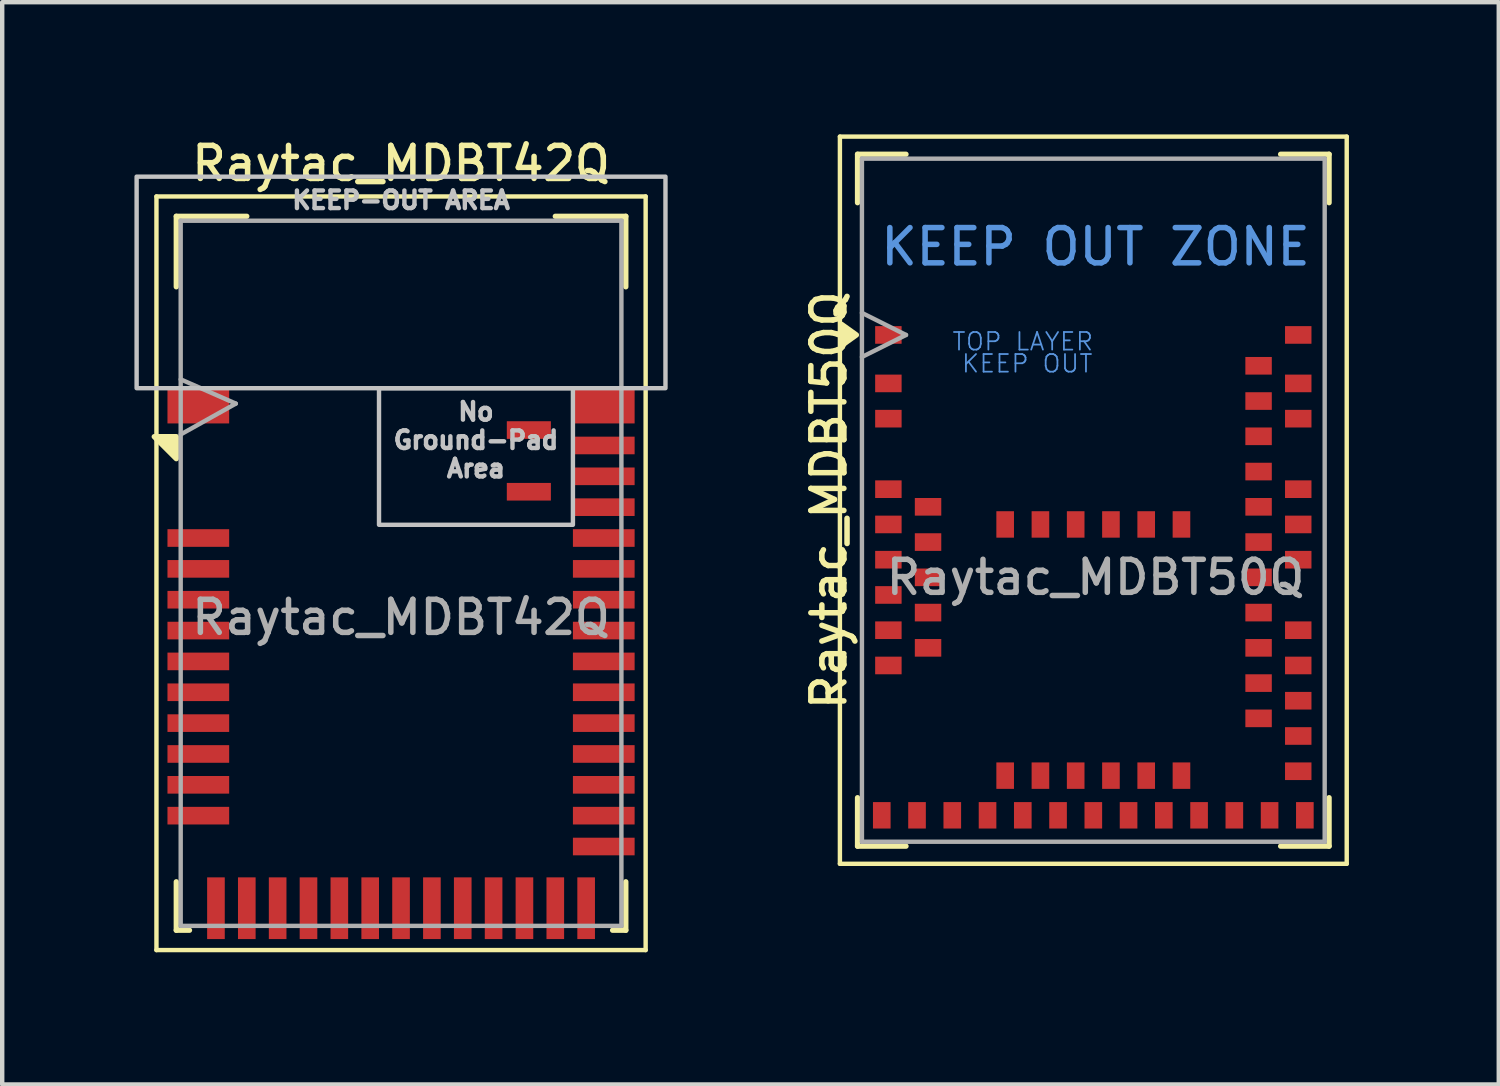
<source format=kicad_pcb>
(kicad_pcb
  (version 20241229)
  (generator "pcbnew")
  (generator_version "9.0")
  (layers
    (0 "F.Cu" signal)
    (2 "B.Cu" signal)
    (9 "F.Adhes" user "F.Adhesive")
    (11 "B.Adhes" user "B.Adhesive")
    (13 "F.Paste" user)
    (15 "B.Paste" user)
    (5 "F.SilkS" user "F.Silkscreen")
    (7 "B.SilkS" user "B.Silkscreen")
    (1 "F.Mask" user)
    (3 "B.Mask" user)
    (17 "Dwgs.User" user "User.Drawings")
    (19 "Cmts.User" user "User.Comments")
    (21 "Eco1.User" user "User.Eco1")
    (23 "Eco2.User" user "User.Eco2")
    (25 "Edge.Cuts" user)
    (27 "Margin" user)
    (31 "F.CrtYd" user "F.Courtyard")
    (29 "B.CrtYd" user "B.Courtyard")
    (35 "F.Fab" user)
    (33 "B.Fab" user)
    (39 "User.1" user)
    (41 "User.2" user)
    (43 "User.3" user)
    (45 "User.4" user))
  (footprint "Raytac_MDBT50Q"
    (layer "F.Cu")
    (at 21.758 8.3)
    (property "Reference" "Raytac_MDBT50Q" (at -6 0 270) (layer "F.SilkS") (effects (font (size 0.75 0.75) (thickness 0.125))))
    (attr smd)
    (fp_line (start -5.75 -8.25) (end -5.75 8.25) (stroke (width 0.1) (type solid)) (layer "F.SilkS"))
    (fp_line (start -5.75 -8.25) (end 5.75 -8.25) (stroke (width 0.1) (type solid)) (layer "F.SilkS"))
    (fp_line (start -5.75 8.25) (end 5.75 8.25) (stroke (width 0.1) (type solid)) (layer "F.SilkS"))
    (fp_line (start -5.35 -7.85) (end -5.35 -6.75) (stroke (width 0.12) (type solid)) (layer "F.SilkS"))
    (fp_line (start -5.35 6.75) (end -5.35 7.85) (stroke (width 0.12) (type solid)) (layer "F.SilkS"))
    (fp_line (start -5.35 7.85) (end -4.25 7.85) (stroke (width 0.12) (type solid)) (layer "F.SilkS"))
    (fp_line (start -4.25 -7.85) (end -5.35 -7.85) (stroke (width 0.12) (type solid)) (layer "F.SilkS"))
    (fp_line (start 4.25 -7.85) (end 5.35 -7.85) (stroke (width 0.12) (type solid)) (layer "F.SilkS"))
    (fp_line (start 5.35 -7.85) (end 5.35 -6.75) (stroke (width 0.12) (type solid)) (layer "F.SilkS"))
    (fp_line (start 5.35 6.75) (end 5.35 7.85) (stroke (width 0.12) (type solid)) (layer "F.SilkS"))
    (fp_line (start 5.35 7.85) (end 4.25 7.85) (stroke (width 0.12) (type solid)) (layer "F.SilkS"))
    (fp_line (start 5.75 -8.25) (end 5.75 8.25) (stroke (width 0.1) (type solid)) (layer "F.SilkS"))
    (fp_poly (pts (xy -5.375 -3.75) (xy -5.711 -3.51) (xy -5.711 -3.99) (xy -5.375 -3.75)) (stroke (width 0.12) (type solid)) (fill yes) (layer "F.SilkS"))
    (fp_line (start -5.25 -7.75) (end 5.25 -7.75) (stroke (width 0.1) (type solid)) (layer "F.Fab"))
    (fp_line (start -5.25 7.75) (end -5.25 -7.75) (stroke (width 0.1) (type solid)) (layer "F.Fab"))
    (fp_line (start -4.25 -3.75) (end -5.25 -4.25) (stroke (width 0.1) (type solid)) (layer "F.Fab"))
    (fp_line (start -4.25 -3.75) (end -5.25 -3.25) (stroke (width 0.1) (type solid)) (layer "F.Fab"))
    (fp_line (start 5.25 -7.75) (end 5.25 7.75) (stroke (width 0.1) (type solid)) (layer "F.Fab"))
    (fp_line (start 5.25 7.75) (end -5.25 7.75) (stroke (width 0.1) (type solid)) (layer "F.Fab"))
    (fp_text user "KEEP OUT" (at -1.5 -3.1 0) (layer "Cmts.User") (effects (font (size 0.4 0.4) (thickness 0.04))))
    (fp_text user "KEEP OUT ZONE" (at 0.05 -5.75 0) (layer "Cmts.User") (effects (font (size 0.8 0.8) (thickness 0.125))))
    (fp_text user "TOP LAYER" (at -1.6 -3.6 0) (layer "Cmts.User") (effects (font (size 0.4 0.4) (thickness 0.04))))
    (fp_text user "${REFERENCE}" (at 0.05 1.75 0) (layer "F.Fab") (effects (font (size 0.75 0.75) (thickness 0.125))))
    (pad "1" smd rect (at -4.65 -3.75) (size 0.6 0.4) (layers "F.Cu" "F.Mask" "F.Paste"))
    (pad "2" smd rect (at -4.65 -2.65) (size 0.6 0.4) (layers "F.Cu" "F.Mask" "F.Paste"))
    (pad "3" smd rect (at -4.65 -1.85) (size 0.6 0.4) (layers "F.Cu" "F.Mask" "F.Paste"))
    (pad "4" smd rect (at -4.65 -0.25) (size 0.6 0.4) (layers "F.Cu" "F.Mask" "F.Paste"))
    (pad "5" smd rect (at -3.75 0.15) (size 0.6 0.4) (layers "F.Cu" "F.Mask" "F.Paste"))
    (pad "6" smd rect (at -4.65 0.55) (size 0.6 0.4) (layers "F.Cu" "F.Mask" "F.Paste"))
    (pad "7" smd rect (at -3.75 0.95) (size 0.6 0.4) (layers "F.Cu" "F.Mask" "F.Paste"))
    (pad "8" smd rect (at -4.65 1.35) (size 0.6 0.4) (layers "F.Cu" "F.Mask" "F.Paste"))
    (pad "9" smd rect (at -3.75 1.75) (size 0.6 0.4) (layers "F.Cu" "F.Mask" "F.Paste"))
    (pad "10" smd rect (at -4.65 2.15) (size 0.6 0.4) (layers "F.Cu" "F.Mask" "F.Paste"))
    (pad "11" smd rect (at -3.75 2.55) (size 0.6 0.4) (layers "F.Cu" "F.Mask" "F.Paste"))
    (pad "12" smd rect (at -4.65 2.95) (size 0.6 0.4) (layers "F.Cu" "F.Mask" "F.Paste"))
    (pad "13" smd rect (at -3.75 3.35) (size 0.6 0.4) (layers "F.Cu" "F.Mask" "F.Paste"))
    (pad "14" smd rect (at -4.65 3.75) (size 0.6 0.4) (layers "F.Cu" "F.Mask" "F.Paste"))
    (pad "15" smd rect (at -4.8 7.15 90) (size 0.6 0.4) (layers "F.Cu" "F.Mask" "F.Paste"))
    (pad "16" smd rect (at -4 7.15 90) (size 0.6 0.4) (layers "F.Cu" "F.Mask" "F.Paste"))
    (pad "17" smd rect (at -3.2 7.15 90) (size 0.6 0.4) (layers "F.Cu" "F.Mask" "F.Paste"))
    (pad "18" smd rect (at -2.4 7.15 90) (size 0.6 0.4) (layers "F.Cu" "F.Mask" "F.Paste"))
    (pad "19" smd rect (at -2 6.25 90) (size 0.6 0.4) (layers "F.Cu" "F.Mask" "F.Paste"))
    (pad "20" smd rect (at -1.6 7.15 90) (size 0.6 0.4) (layers "F.Cu" "F.Mask" "F.Paste"))
    (pad "21" smd rect (at -1.2 6.25 90) (size 0.6 0.4) (layers "F.Cu" "F.Mask" "F.Paste"))
    (pad "22" smd rect (at -0.8 7.15 90) (size 0.6 0.4) (layers "F.Cu" "F.Mask" "F.Paste"))
    (pad "23" smd rect (at -0.4 6.25 90) (size 0.6 0.4) (layers "F.Cu" "F.Mask" "F.Paste"))
    (pad "24" smd rect (at 0 7.15 90) (size 0.6 0.4) (layers "F.Cu" "F.Mask" "F.Paste"))
    (pad "25" smd rect (at 0.4 6.25 90) (size 0.6 0.4) (layers "F.Cu" "F.Mask" "F.Paste"))
    (pad "26" smd rect (at 0.8 7.15 90) (size 0.6 0.4) (layers "F.Cu" "F.Mask" "F.Paste"))
    (pad "27" smd rect (at 1.2 6.25 90) (size 0.6 0.4) (layers "F.Cu" "F.Mask" "F.Paste"))
    (pad "28" smd rect (at 1.6 7.15 90) (size 0.6 0.4) (layers "F.Cu" "F.Mask" "F.Paste"))
    (pad "29" smd rect (at 2 6.25 90) (size 0.6 0.4) (layers "F.Cu" "F.Mask" "F.Paste"))
    (pad "30" smd rect (at 2.4 7.15 90) (size 0.6 0.4) (layers "F.Cu" "F.Mask" "F.Paste"))
    (pad "31" smd rect (at 3.2 7.15 90) (size 0.6 0.4) (layers "F.Cu" "F.Mask" "F.Paste"))
    (pad "32" smd rect (at 4 7.15 90) (size 0.6 0.4) (layers "F.Cu" "F.Mask" "F.Paste"))
    (pad "33" smd rect (at 4.8 7.15 90) (size 0.6 0.4) (layers "F.Cu" "F.Mask" "F.Paste"))
    (pad "34" smd rect (at 4.65 6.15) (size 0.6 0.4) (layers "F.Cu" "F.Mask" "F.Paste"))
    (pad "35" smd rect (at 4.65 5.35) (size 0.6 0.4) (layers "F.Cu" "F.Mask" "F.Paste"))
    (pad "36" smd rect (at 3.75 4.95) (size 0.6 0.4) (layers "F.Cu" "F.Mask" "F.Paste"))
    (pad "37" smd rect (at 4.65 4.55) (size 0.6 0.4) (layers "F.Cu" "F.Mask" "F.Paste"))
    (pad "38" smd rect (at 3.75 4.15) (size 0.6 0.4) (layers "F.Cu" "F.Mask" "F.Paste"))
    (pad "39" smd rect (at 4.65 3.75) (size 0.6 0.4) (layers "F.Cu" "F.Mask" "F.Paste"))
    (pad "40" smd rect (at 3.75 3.35) (size 0.6 0.4) (layers "F.Cu" "F.Mask" "F.Paste"))
    (pad "41" smd rect (at 4.65 2.95) (size 0.6 0.4) (layers "F.Cu" "F.Mask" "F.Paste"))
    (pad "42" smd rect (at 3.75 2.55) (size 0.6 0.4) (layers "F.Cu" "F.Mask" "F.Paste"))
    (pad "43" smd rect (at 3.75 1.75) (size 0.6 0.4) (layers "F.Cu" "F.Mask" "F.Paste"))
    (pad "44" smd rect (at 4.65 1.35) (size 0.6 0.4) (layers "F.Cu" "F.Mask" "F.Paste"))
    (pad "45" smd rect (at 3.75 0.95) (size 0.6 0.4) (layers "F.Cu" "F.Mask" "F.Paste"))
    (pad "46" smd rect (at 4.65 0.55) (size 0.6 0.4) (layers "F.Cu" "F.Mask" "F.Paste"))
    (pad "47" smd rect (at 3.75 0.15) (size 0.6 0.4) (layers "F.Cu" "F.Mask" "F.Paste"))
    (pad "48" smd rect (at 4.65 -0.25) (size 0.6 0.4) (layers "F.Cu" "F.Mask" "F.Paste"))
    (pad "49" smd rect (at 3.75 -0.65) (size 0.6 0.4) (layers "F.Cu" "F.Mask" "F.Paste"))
    (pad "50" smd rect (at 3.75 -1.45) (size 0.6 0.4) (layers "F.Cu" "F.Mask" "F.Paste"))
    (pad "51" smd rect (at 4.65 -1.85) (size 0.6 0.4) (layers "F.Cu" "F.Mask" "F.Paste"))
    (pad "52" smd rect (at 3.75 -2.25) (size 0.6 0.4) (layers "F.Cu" "F.Mask" "F.Paste"))
    (pad "53" smd rect (at 4.65 -2.65) (size 0.6 0.4) (layers "F.Cu" "F.Mask" "F.Paste"))
    (pad "54" smd rect (at 3.75 -3.05) (size 0.6 0.4) (layers "F.Cu" "F.Mask" "F.Paste"))
    (pad "55" smd rect (at 4.65 -3.75) (size 0.6 0.4) (layers "F.Cu" "F.Mask" "F.Paste"))
    (pad "56" smd rect (at -2 0.55 90) (size 0.6 0.4) (layers "F.Cu" "F.Mask" "F.Paste"))
    (pad "57" smd rect (at -1.2 0.55 90) (size 0.6 0.4) (layers "F.Cu" "F.Mask" "F.Paste"))
    (pad "58" smd rect (at -0.4 0.55 90) (size 0.6 0.4) (layers "F.Cu" "F.Mask" "F.Paste"))
    (pad "59" smd rect (at 0.4 0.55 90) (size 0.6 0.4) (layers "F.Cu" "F.Mask" "F.Paste"))
    (pad "60" smd rect (at 1.2 0.55 90) (size 0.6 0.4) (layers "F.Cu" "F.Mask" "F.Paste"))
    (pad "61" smd rect (at 2 0.55 90) (size 0.6 0.4) (layers "F.Cu" "F.Mask" "F.Paste"))
    (zone (net_name "") (layer "F.Cu") (hatch full 0.508) (connect_pads) (min_thickness 0.254) (filled_areas_thickness no) (keepout (tracks not_allowed) (vias not_allowed) (pads not_allowed) (copperpour not_allowed) (footprints not_allowed)) (placement (enabled no)) (fill) (polygon (pts (xy 21.058 5.55) (xy 19.458 5.55) (xy 19.458 4.35) (xy 21.058 4.35))))
    (zone (net_name "") (layers "F.Cu" "B.Cu") (hatch full 0.508) (connect_pads) (min_thickness 0.254) (filled_areas_thickness no) (keepout (tracks not_allowed) (vias not_allowed) (pads not_allowed) (copperpour not_allowed) (footprints not_allowed)) (placement (enabled no)) (fill) (polygon (pts (xy 15.558 4.3) (xy 27.958 4.3) (xy 27.958 0.55) (xy 15.558 0.55)))))
  (footprint "Raytac_MDBT42Q"
    (layer "F.Cu")
    (at 6.05 9.958)
    (property "Reference" "Raytac_MDBT42Q" (at 0 -9.3 0) (layer "F.SilkS") (effects (font (size 0.75 0.75) (thickness 0.125))))
    (attr smd)
    (fp_line (start -5.55 8.55) (end -5.55 -8.55) (stroke (width 0.1) (type solid)) (layer "F.SilkS"))
    (fp_line (start -5.1 -8.1) (end -5.1 -6.5) (stroke (width 0.12) (type solid)) (layer "F.SilkS"))
    (fp_line (start -5.1 -8.1) (end -3.5 -8.1) (stroke (width 0.12) (type solid)) (layer "F.SilkS"))
    (fp_line (start -5.1 8.1) (end -5.1 7) (stroke (width 0.12) (type solid)) (layer "F.SilkS"))
    (fp_line (start -4.8 8.1) (end -5.1 8.1) (stroke (width 0.12) (type solid)) (layer "F.SilkS"))
    (fp_line (start 3.5 -8.1) (end 5.1 -8.1) (stroke (width 0.12) (type solid)) (layer "F.SilkS"))
    (fp_line (start 4.8 8.1) (end 5.1 8.1) (stroke (width 0.12) (type solid)) (layer "F.SilkS"))
    (fp_line (start 5.1 -8.1) (end 5.1 -6.5) (stroke (width 0.12) (type solid)) (layer "F.SilkS"))
    (fp_line (start 5.1 8.1) (end 5.1 7) (stroke (width 0.12) (type solid)) (layer "F.SilkS"))
    (fp_line (start 5.55 -8.55) (end -5.55 -8.55) (stroke (width 0.1) (type solid)) (layer "F.SilkS"))
    (fp_line (start 5.55 -8.55) (end 5.55 8.55) (stroke (width 0.1) (type solid)) (layer "F.SilkS"))
    (fp_line (start 5.55 8.55) (end -5.55 8.55) (stroke (width 0.1) (type solid)) (layer "F.SilkS"))
    (fp_poly (pts (xy -5.1 -3.1) (xy -5.6 -3.1) (xy -5.1 -2.6) (xy -5.1 -3.1)) (stroke (width 0.12) (type solid)) (fill yes) (layer "F.SilkS"))
    (fp_line (start -5 -8) (end -5 8) (stroke (width 0.1) (type solid)) (layer "F.Fab"))
    (fp_line (start -5 -8) (end 5 -8) (stroke (width 0.1) (type solid)) (layer "F.Fab"))
    (fp_line (start -5 -3.15) (end -3.75 -3.85) (stroke (width 0.1) (type default)) (layer "F.Fab"))
    (fp_line (start -5 8) (end 5 8) (stroke (width 0.1) (type solid)) (layer "F.Fab"))
    (fp_line (start -3.75 -3.85) (end -5 -4.4) (stroke (width 0.1) (type default)) (layer "F.Fab"))
    (fp_line (start 5 -8) (end 5 8) (stroke (width 0.1) (type solid)) (layer "F.Fab"))
    (fp_text user "${REFERENCE}" (at 0 1 0) (layer "F.Fab") (effects (font (size 0.75 0.75) (thickness 0.125))))
    (fp_text_box "KEEP-OUT AREA" (start -6 -9) (end 6 -4.2) (margins 0.35 0.35 0.35 0.35) (layer "Dwgs.User") (effects (font (size 0.4 0.4) (thickness 0.1)) (justify top)) (border yes) (stroke (width 0.1) (type solid)))
    (fp_text_box "No Ground-Pad Area" (start -0.5 -4.2) (end 3.9 -1.1) (margins 0.35 0.35 0.35 0.35) (layer "Dwgs.User") (effects (font (size 0.4 0.4) (thickness 0.1)) (justify top)) (border yes) (stroke (width 0.1) (type solid)))
    (pad "1" smd rect (at -4.6 -3.8) (size 1.4 0.8) (layers "F.Cu" "F.Mask" "F.Paste"))
    (pad "2" smd rect (at -4.6 -0.8) (size 1.4 0.4) (layers "F.Cu" "F.Mask" "F.Paste"))
    (pad "3" smd rect (at -4.6 -0.1) (size 1.4 0.4) (layers "F.Cu" "F.Mask" "F.Paste"))
    (pad "4" smd rect (at -4.6 0.6) (size 1.4 0.4) (layers "F.Cu" "F.Mask" "F.Paste"))
    (pad "5" smd rect (at -4.6 1.3) (size 1.4 0.4) (layers "F.Cu" "F.Mask" "F.Paste"))
    (pad "6" smd rect (at -4.6 2) (size 1.4 0.4) (layers "F.Cu" "F.Mask" "F.Paste"))
    (pad "7" smd rect (at -4.6 2.7) (size 1.4 0.4) (layers "F.Cu" "F.Mask" "F.Paste"))
    (pad "8" smd rect (at -4.6 3.4) (size 1.4 0.4) (layers "F.Cu" "F.Mask" "F.Paste"))
    (pad "9" smd rect (at -4.6 4.1) (size 1.4 0.4) (layers "F.Cu" "F.Mask" "F.Paste"))
    (pad "10" smd rect (at -4.6 4.8) (size 1.4 0.4) (layers "F.Cu" "F.Mask" "F.Paste"))
    (pad "11" smd rect (at -4.6 5.5) (size 1.4 0.4) (layers "F.Cu" "F.Mask" "F.Paste"))
    (pad "12" smd rect (at -4.2 7.6 90) (size 1.4 0.4) (layers "F.Cu" "F.Mask" "F.Paste"))
    (pad "13" smd rect (at -3.5 7.6 90) (size 1.4 0.4) (layers "F.Cu" "F.Mask" "F.Paste"))
    (pad "14" smd rect (at -2.8 7.6 90) (size 1.4 0.4) (layers "F.Cu" "F.Mask" "F.Paste"))
    (pad "15" smd rect (at -2.1 7.6 90) (size 1.4 0.4) (layers "F.Cu" "F.Mask" "F.Paste"))
    (pad "16" smd rect (at -1.4 7.6 90) (size 1.4 0.4) (layers "F.Cu" "F.Mask" "F.Paste"))
    (pad "17" smd rect (at -0.7 7.6 90) (size 1.4 0.4) (layers "F.Cu" "F.Mask" "F.Paste"))
    (pad "18" smd rect (at 0 7.6 90) (size 1.4 0.4) (layers "F.Cu" "F.Mask" "F.Paste"))
    (pad "19" smd rect (at 0.7 7.6 90) (size 1.4 0.4) (layers "F.Cu" "F.Mask" "F.Paste"))
    (pad "20" smd rect (at 1.4 7.6 90) (size 1.4 0.4) (layers "F.Cu" "F.Mask" "F.Paste"))
    (pad "21" smd rect (at 2.1 7.6 90) (size 1.4 0.4) (layers "F.Cu" "F.Mask" "F.Paste"))
    (pad "22" smd rect (at 2.8 7.6 90) (size 1.4 0.4) (layers "F.Cu" "F.Mask" "F.Paste"))
    (pad "23" smd rect (at 3.5 7.6 90) (size 1.4 0.4) (layers "F.Cu" "F.Mask" "F.Paste"))
    (pad "24" smd rect (at 4.2 7.6 90) (size 1.4 0.4) (layers "F.Cu" "F.Mask" "F.Paste"))
    (pad "25" smd rect (at 4.6 6.2) (size 1.4 0.4) (layers "F.Cu" "F.Mask" "F.Paste"))
    (pad "26" smd rect (at 4.6 5.5) (size 1.4 0.4) (layers "F.Cu" "F.Mask" "F.Paste"))
    (pad "27" smd rect (at 4.6 4.8) (size 1.4 0.4) (layers "F.Cu" "F.Mask" "F.Paste"))
    (pad "28" smd rect (at 4.6 4.1) (size 1.4 0.4) (layers "F.Cu" "F.Mask" "F.Paste"))
    (pad "29" smd rect (at 4.6 3.4) (size 1.4 0.4) (layers "F.Cu" "F.Mask" "F.Paste"))
    (pad "30" smd rect (at 4.6 2.7) (size 1.4 0.4) (layers "F.Cu" "F.Mask" "F.Paste"))
    (pad "31" smd rect (at 4.6 2) (size 1.4 0.4) (layers "F.Cu" "F.Mask" "F.Paste"))
    (pad "32" smd rect (at 4.6 1.3) (size 1.4 0.4) (layers "F.Cu" "F.Mask" "F.Paste"))
    (pad "33" smd rect (at 4.6 0.6) (size 1.4 0.4) (layers "F.Cu" "F.Mask" "F.Paste"))
    (pad "34" smd rect (at 4.6 -0.1) (size 1.4 0.4) (layers "F.Cu" "F.Mask" "F.Paste"))
    (pad "35" smd rect (at 4.6 -0.8) (size 1.4 0.4) (layers "F.Cu" "F.Mask" "F.Paste"))
    (pad "36" smd rect (at 4.6 -1.5) (size 1.4 0.4) (layers "F.Cu" "F.Mask" "F.Paste"))
    (pad "37" smd rect (at 4.6 -2.2) (size 1.4 0.4) (layers "F.Cu" "F.Mask" "F.Paste"))
    (pad "38" smd rect (at 4.6 -2.9) (size 1.4 0.4) (layers "F.Cu" "F.Mask" "F.Paste"))
    (pad "39" smd rect (at 4.6 -3.8) (size 1.4 0.8) (layers "F.Cu" "F.Mask" "F.Paste"))
    (pad "40" smd rect (at 2.9 -3.25) (size 1 0.4) (layers "F.Cu" "F.Mask" "F.Paste"))
    (pad "41" smd rect (at 2.9 -1.85) (size 1 0.4) (layers "F.Cu" "F.Mask" "F.Paste"))
    (zone (net_name "") (layers "F.Cu" "B.Cu" "Dwgs.User") (hatch full 0.5) (connect_pads) (min_thickness 0.25) (filled_areas_thickness no) (keepout (tracks not_allowed) (vias not_allowed) (pads not_allowed) (copperpour not_allowed) (footprints not_allowed)) (placement (enabled no)) (fill) (polygon (pts (xy 0.05 0.958) (xy 0.05 5.758) (xy 12.05 5.758) (xy 12.05 0.958))))
    (zone (net_name "") (layers "F.Cu" "Dwgs.User") (hatch full 0.5) (connect_pads) (min_thickness 0.25) (filled_areas_thickness no) (keepout (tracks not_allowed) (vias not_allowed) (pads not_allowed) (copperpour not_allowed) (footprints not_allowed)) (placement (enabled no)) (fill) (polygon (pts (xy 5.55 5.758) (xy 5.55 8.858) (xy 9.95 8.858) (xy 9.95 5.758)))))
  (gr_rect
    (start -3 -3)
    (end 30.958 21.558)
    (stroke (width 0.1) (type default))
    (fill no)
    (layer "Edge.Cuts")))
</source>
